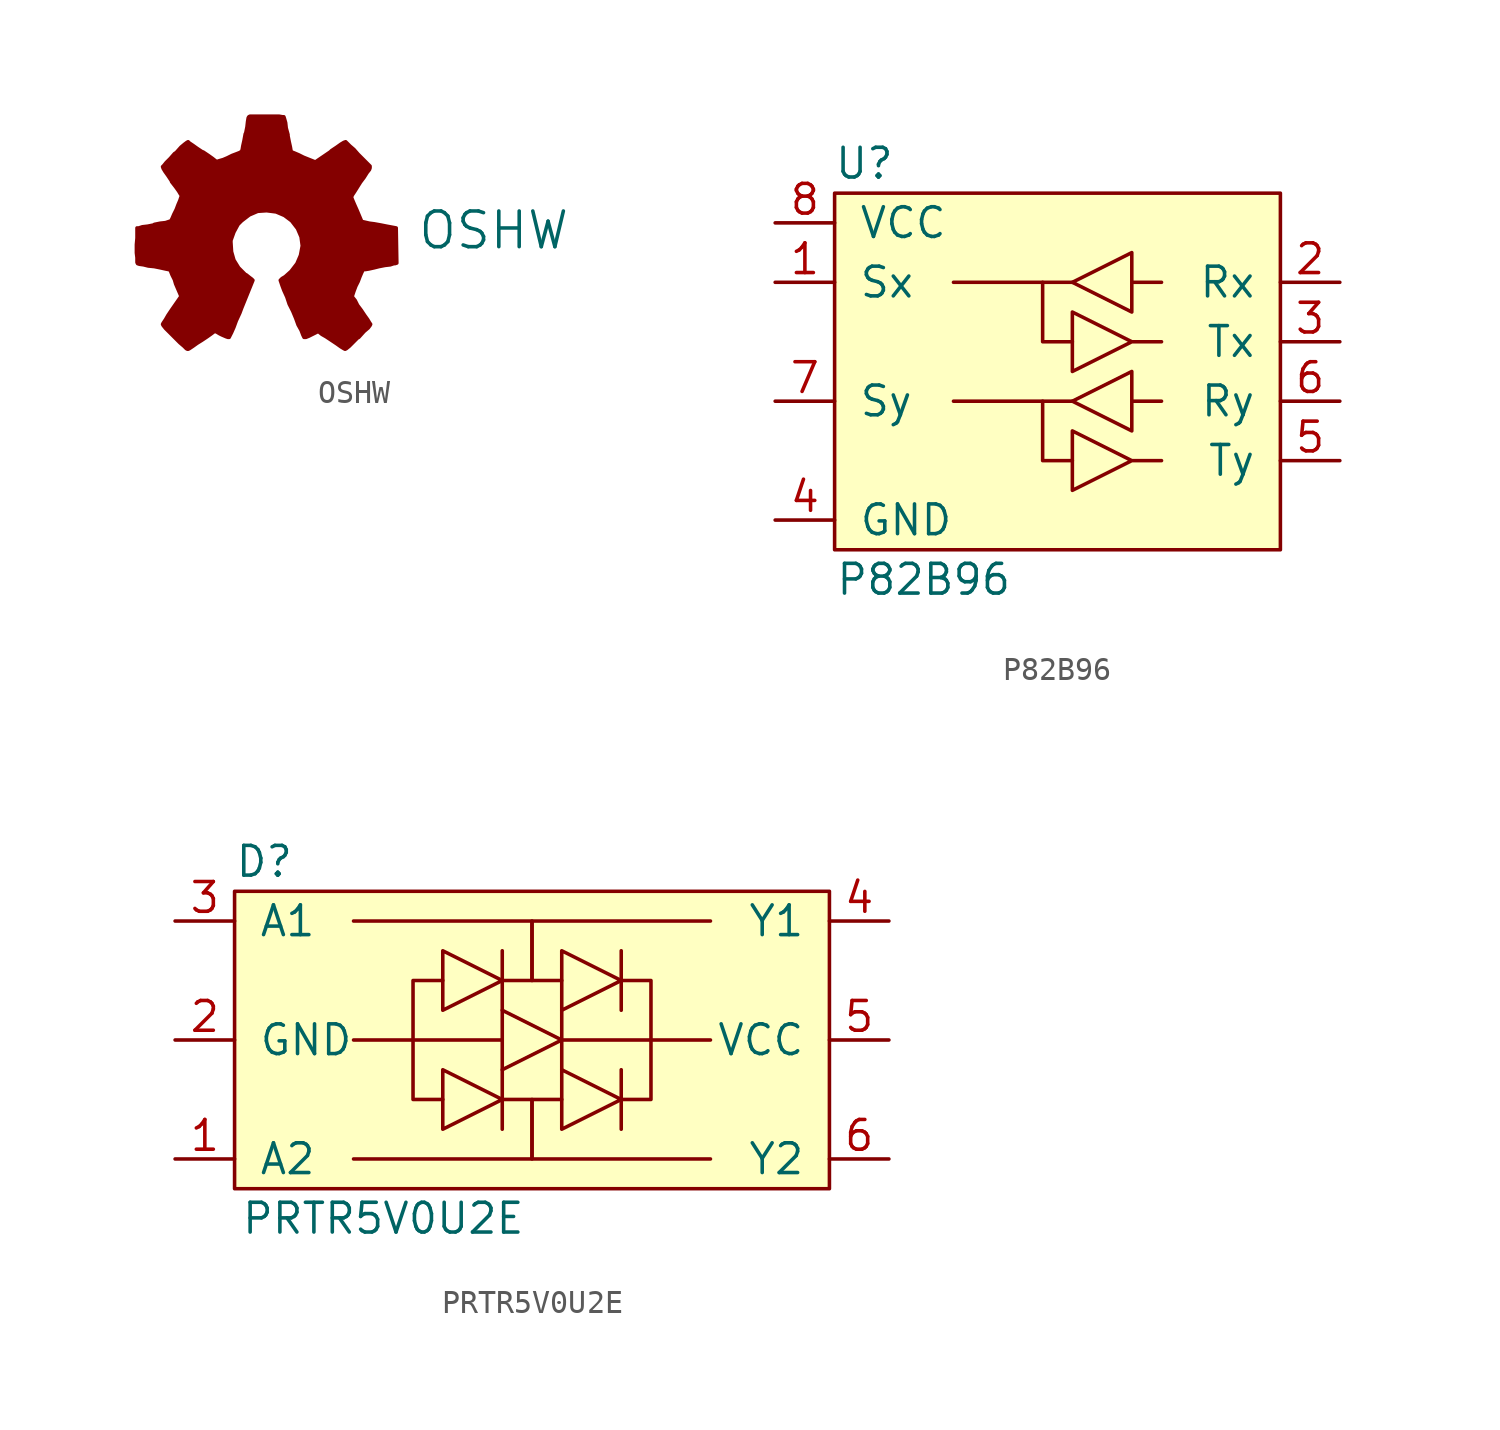
<source format=kicad_sym>
(kicad_symbol_lib
  (version 20211014)
  (generator kicad_symbol_editor)
  (symbol "OSHW"
    (pin_names
      (offset 1.016))
    (property "Reference" "G"
      (at 8.89 -1.27 0)
      (effects (font (size 1.524 1.524)) hide))
    (property "Value" "OSHW"
      (at 10.16 1.27 0)
      (effects (font (size 1.524 1.524))))
    (symbol "OSHW_0_1"
      (polyline (pts (xy 3.81 -3.81) (xy 3.759 -3.785) (xy 3.632 -3.708) (xy 3.454 -3.581) (xy 3.226 -3.429) (xy 2.997 -3.277) (xy 2.819 -3.175) (xy 2.692 -3.073) (xy 2.642 -3.048) (xy 2.616 -3.073) (xy 2.515 -3.124) (xy 2.362 -3.2) (xy 2.261 -3.251) (xy 2.134 -3.302) (xy 2.057 -3.302) (xy 2.057 -3.302) (xy 2.007 -3.2) (xy 1.93 -2.997) (xy 1.803 -2.769) (xy 1.702 -2.489) (xy 1.575 -2.184) (xy 1.422 -1.88) (xy 1.321 -1.575) (xy 1.194 -1.295) (xy 1.118 -1.092) (xy 1.067 -0.94) (xy 1.041 -0.864) (xy 1.041 -0.864) (xy 1.118 -0.787) (xy 1.245 -0.711) (xy 1.499 -0.483) (xy 1.753 -0.152) (xy 1.905 0.203) (xy 1.981 0.61) (xy 1.93 0.991) (xy 1.778 1.346) (xy 1.524 1.676) (xy 1.219 1.905) (xy 0.864 2.057) (xy 0.457 2.108) (xy 0.076 2.083) (xy -0.279 1.93) (xy -0.61 1.676) (xy -0.762 1.524) (xy -0.94 1.194) (xy -1.067 0.838) (xy -1.067 0.762) (xy -1.041 0.356) (xy -0.94 0) (xy -0.737 -0.33) (xy -0.457 -0.61) (xy -0.406 -0.635) (xy -0.279 -0.737) (xy -0.178 -0.813) (xy -0.127 -0.864) (xy -0.61 -2.057) (xy -0.686 -2.261) (xy -0.838 -2.591) (xy -0.94 -2.87) (xy -1.041 -3.099) (xy -1.118 -3.251) (xy -1.143 -3.302) (xy -1.143 -3.302) (xy -1.194 -3.302) (xy -1.27 -3.277) (xy -1.448 -3.2) (xy -1.549 -3.15) (xy -1.676 -3.073) (xy -1.753 -3.048) (xy -1.803 -3.073) (xy -1.905 -3.15) (xy -2.083 -3.277) (xy -2.311 -3.429) (xy -2.515 -3.556) (xy -2.692 -3.683) (xy -2.845 -3.785) (xy -2.896 -3.81) (xy -2.921 -3.81) (xy -2.972 -3.785) (xy -3.073 -3.683) (xy -3.251 -3.531) (xy -3.48 -3.302) (xy -3.505 -3.277) (xy -3.708 -3.073) (xy -3.861 -2.921) (xy -3.962 -2.794) (xy -3.988 -2.743) (xy -3.988 -2.743) (xy -3.962 -2.692) (xy -3.861 -2.54) (xy -3.759 -2.362) (xy -3.607 -2.134) (xy -3.2 -1.549) (xy -3.429 -1.016) (xy -3.48 -0.838) (xy -3.581 -0.635) (xy -3.632 -0.508) (xy -3.658 -0.432) (xy -3.734 -0.406) (xy -3.861 -0.381) (xy -4.089 -0.33) (xy -4.343 -0.279) (xy -4.597 -0.254) (xy -4.801 -0.203) (xy -4.978 -0.178) (xy -5.055 -0.152) (xy -5.055 -0.152) (xy -5.08 -0.102) (xy -5.08 -0.025) (xy -5.08 0.102) (xy -5.105 0.305) (xy -5.105 0.61) (xy -5.105 0.66) (xy -5.08 0.94) (xy -5.08 1.168) (xy -5.08 1.295) (xy -5.08 1.372) (xy -5.08 1.372) (xy -5.004 1.372) (xy -4.851 1.422) (xy -4.623 1.448) (xy -4.369 1.499) (xy -4.343 1.524) (xy -4.089 1.575) (xy -3.861 1.6) (xy -3.708 1.651) (xy -3.632 1.676) (xy -3.632 1.676) (xy -3.581 1.778) (xy -3.505 1.956) (xy -3.404 2.159) (xy -3.327 2.362) (xy -3.251 2.54) (xy -3.2 2.692) (xy -3.175 2.743) (xy -3.175 2.743) (xy -3.226 2.819) (xy -3.302 2.946) (xy -3.429 3.124) (xy -3.607 3.353) (xy -3.607 3.378) (xy -3.759 3.607) (xy -3.886 3.785) (xy -3.962 3.912) (xy -3.988 3.988) (xy -3.988 3.988) (xy -3.937 4.039) (xy -3.835 4.166) (xy -3.658 4.343) (xy -3.48 4.547) (xy -3.404 4.597) (xy -3.2 4.826) (xy -3.048 4.953) (xy -2.946 5.029) (xy -2.896 5.055) (xy -2.896 5.055) (xy -2.845 5.004) (xy -2.692 4.902) (xy -2.515 4.775) (xy -2.286 4.623) (xy -2.261 4.623) (xy -2.032 4.47) (xy -1.854 4.343) (xy -1.727 4.242) (xy -1.676 4.216) (xy -1.651 4.216) (xy -1.575 4.242) (xy -1.397 4.293) (xy -1.219 4.369) (xy -1.016 4.47) (xy -0.813 4.547) (xy -0.686 4.597) (xy -0.61 4.648) (xy -0.61 4.648) (xy -0.584 4.724) (xy -0.559 4.877) (xy -0.508 5.105) (xy -0.457 5.385) (xy -0.432 5.436) (xy -0.381 5.69) (xy -0.356 5.918) (xy -0.33 6.071) (xy -0.305 6.121) (xy -0.254 6.147) (xy -0.127 6.147) (xy 0.051 6.147) (xy 0.305 6.147) (xy 0.533 6.147) (xy 0.787 6.147) (xy 0.991 6.147) (xy 1.143 6.121) (xy 1.194 6.121) (xy 1.194 6.121) (xy 1.219 6.045) (xy 1.27 5.867) (xy 1.295 5.639) (xy 1.372 5.359) (xy 1.372 5.309) (xy 1.422 5.055) (xy 1.473 4.826) (xy 1.499 4.674) (xy 1.524 4.623) (xy 1.524 4.623) (xy 1.651 4.572) (xy 1.829 4.496) (xy 2.032 4.394) (xy 2.54 4.191) (xy 3.175 4.623) (xy 3.226 4.674) (xy 3.454 4.826) (xy 3.632 4.953) (xy 3.759 5.029) (xy 3.835 5.055) (xy 3.835 5.055) (xy 3.886 5.004) (xy 4.013 4.877) (xy 4.191 4.724) (xy 4.369 4.521) (xy 4.521 4.369) (xy 4.699 4.191) (xy 4.801 4.089) (xy 4.877 4.013) (xy 4.877 3.962) (xy 4.877 3.937) (xy 4.851 3.861) (xy 4.75 3.734) (xy 4.623 3.531) (xy 4.47 3.327) (xy 4.343 3.124) (xy 4.216 2.921) (xy 4.115 2.769) (xy 4.089 2.692) (xy 4.089 2.667) (xy 4.14 2.54) (xy 4.216 2.362) (xy 4.318 2.134) (xy 4.521 1.651) (xy 4.851 1.575) (xy 5.055 1.549) (xy 5.334 1.499) (xy 5.588 1.448) (xy 5.994 1.372) (xy 6.02 -0.127) (xy 5.944 -0.152) (xy 5.893 -0.152) (xy 5.74 -0.203) (xy 5.512 -0.229) (xy 5.258 -0.279) (xy 5.055 -0.33) (xy 4.826 -0.381) (xy 4.674 -0.406) (xy 4.597 -0.406) (xy 4.572 -0.432) (xy 4.521 -0.533) (xy 4.445 -0.711) (xy 4.369 -0.914) (xy 4.267 -1.118) (xy 4.191 -1.321) (xy 4.14 -1.473) (xy 4.115 -1.549) (xy 4.14 -1.6) (xy 4.242 -1.727) (xy 4.343 -1.93) (xy 4.496 -2.134) (xy 4.648 -2.362) (xy 4.775 -2.54) (xy 4.851 -2.667) (xy 4.902 -2.743) (xy 4.877 -2.794) (xy 4.801 -2.896) (xy 4.623 -3.048) (xy 4.394 -3.302) (xy 4.343 -3.327) (xy 4.14 -3.531) (xy 3.988 -3.683) (xy 3.861 -3.785) (xy 3.81 -3.81)) (stroke (width 0) (type default) (color 0 0 0 0)) (fill (type outline)))))
  (symbol "P82B96"
    (pin_names
      (offset 1.016))
    (property "Reference" "U"
      (at 3.81 5.08 0)
      (effects (font (size 1.27 1.27))))
    (property "Value" "P82B96"
      (at 6.35 -12.7 0)
      (effects (font (size 1.27 1.27))))
    (symbol "P82B96_0_1"
      (polyline (pts (xy 11.43 -5.08) (xy 7.62 -5.08)) (stroke (width 0) (type default) (color 0 0 0 0)) (fill (type none)))
      (polyline (pts (xy 11.43 0) (xy 7.62 0)) (stroke (width 0) (type default) (color 0 0 0 0)) (fill (type none)))
      (polyline (pts (xy 12.7 -7.62) (xy 11.43 -7.62) (xy 11.43 -5.08) (xy 12.7 -5.08)) (stroke (width 0) (type default) (color 0 0 0 0)) (fill (type none)))
      (polyline (pts (xy 12.7 0) (xy 11.43 0) (xy 11.43 -2.54) (xy 12.7 -2.54)) (stroke (width 0) (type default) (color 0 0 0 0)) (fill (type none)))
      (polyline (pts (xy 16.51 -7.62) (xy 15.24 -7.62) (xy 12.7 -6.35) (xy 12.7 -8.89) (xy 15.24 -7.62)) (stroke (width 0) (type default) (color 0 0 0 0)) (fill (type none)))
      (polyline (pts (xy 16.51 -2.54) (xy 15.24 -2.54) (xy 12.7 -1.27) (xy 12.7 -3.81) (xy 15.24 -2.54)) (stroke (width 0) (type default) (color 0 0 0 0)) (fill (type none)))
      (polyline (pts (xy 16.51 -5.08) (xy 15.24 -5.08) (xy 15.24 -3.81) (xy 12.7 -5.08) (xy 15.24 -6.35) (xy 15.24 -5.08)) (stroke (width 0) (type default) (color 0 0 0 0)) (fill (type none)))
      (polyline (pts (xy 16.51 0) (xy 15.24 0) (xy 15.24 1.27) (xy 12.7 0) (xy 15.24 -1.27) (xy 15.24 0)) (stroke (width 0) (type default) (color 0 0 0 0)) (fill (type none)))
      (rectangle (start 2.54 3.81) (end 21.59 -11.43) (stroke (width 0) (type default) (color 0 0 0 0)) (fill (type background))))
    (symbol "P82B96_1_1"
      (pin open_collector line (at 0 0 0) (length 2.54) (name "Sx" (effects (font (size 1.27 1.27)))) (number "1" (effects (font (size 1.27 1.27)))))
      (pin input line (at 24.13 0 180) (length 2.54) (name "Rx" (effects (font (size 1.27 1.27)))) (number "2" (effects (font (size 1.27 1.27)))))
      (pin output line (at 24.13 -2.54 180) (length 2.54) (name "Tx" (effects (font (size 1.27 1.27)))) (number "3" (effects (font (size 1.27 1.27)))))
      (pin power_in line (at 0 -10.16 0) (length 2.54) (name "GND" (effects (font (size 1.27 1.27)))) (number "4" (effects (font (size 1.27 1.27)))))
      (pin output line (at 24.13 -7.62 180) (length 2.54) (name "Ty" (effects (font (size 1.27 1.27)))) (number "5" (effects (font (size 1.27 1.27)))))
      (pin input line (at 24.13 -5.08 180) (length 2.54) (name "Ry" (effects (font (size 1.27 1.27)))) (number "6" (effects (font (size 1.27 1.27)))))
      (pin open_collector line (at 0 -5.08 0) (length 2.54) (name "Sy" (effects (font (size 1.27 1.27)))) (number "7" (effects (font (size 1.27 1.27)))))
      (pin power_in line (at 0 2.54 0) (length 2.54) (name "VCC" (effects (font (size 1.27 1.27)))) (number "8" (effects (font (size 1.27 1.27)))))))
  (symbol "PRTR5V0U2E"
    (pin_names
      (offset 1.016))
    (property "Reference" "D"
      (at -11.43 7.62 0)
      (effects (font (size 1.27 1.27))))
    (property "Value" "PRTR5V0U2E"
      (at -6.35 -7.62 0)
      (effects (font (size 1.27 1.27))))
    (symbol "PRTR5V0U2E_0_1"
      (polyline (pts (xy -1.27 0) (xy -7.62 0)) (stroke (width 0) (type default) (color 0 0 0 0)) (fill (type none)))
      (polyline (pts (xy 1.27 1.27) (xy 1.27 -1.27)) (stroke (width 0) (type default) (color 0 0 0 0)) (fill (type none)))
      (polyline (pts (xy 5.08 0) (xy 7.62 0)) (stroke (width 0) (type default) (color 0 0 0 0)) (fill (type none)))
      (polyline (pts (xy 5.08 0) (xy 5.08 -2.54) (xy 3.81 -2.54)) (stroke (width 0) (type default) (color 0 0 0 0)) (fill (type none)))
      (polyline (pts (xy -7.62 -5.08) (xy 0 -5.08) (xy 0 -2.54) (xy -1.27 -2.54)) (stroke (width 0) (type default) (color 0 0 0 0)) (fill (type none)))
      (polyline (pts (xy -7.62 5.08) (xy 0 5.08) (xy 0 2.54) (xy -1.27 2.54)) (stroke (width 0) (type default) (color 0 0 0 0)) (fill (type none)))
      (polyline (pts (xy -3.81 2.54) (xy -5.08 2.54) (xy -5.08 -2.54) (xy -3.81 -2.54)) (stroke (width 0) (type default) (color 0 0 0 0)) (fill (type none)))
      (polyline (pts (xy -1.27 -1.27) (xy 1.27 0) (xy -1.27 1.27) (xy -1.27 -1.27)) (stroke (width 0) (type default) (color 0 0 0 0)) (fill (type none)))
      (polyline (pts (xy 1.27 -2.54) (xy 0 -2.54) (xy 0 -5.08) (xy 7.62 -5.08)) (stroke (width 0) (type default) (color 0 0 0 0)) (fill (type none)))
      (polyline (pts (xy 3.81 2.54) (xy 5.08 2.54) (xy 5.08 0) (xy 1.27 0)) (stroke (width 0) (type default) (color 0 0 0 0)) (fill (type none)))
      (polyline (pts (xy 7.62 5.08) (xy 0 5.08) (xy 0 2.54) (xy 1.27 2.54)) (stroke (width 0) (type default) (color 0 0 0 0)) (fill (type none)))
      (rectangle (start 12.7 6.35) (end -12.7 -6.35) (stroke (width 0) (type default) (color 0 0 0 0)) (fill (type background))))
    (symbol "PRTR5V0U2E_1_1"
      (polyline (pts (xy -1.27 -1.27) (xy -1.27 -3.81)) (stroke (width 0) (type default) (color 0 0 0 0)) (fill (type none)))
      (polyline (pts (xy -1.27 3.81) (xy -1.27 1.27)) (stroke (width 0) (type default) (color 0 0 0 0)) (fill (type none)))
      (polyline (pts (xy 3.81 -1.27) (xy 3.81 -3.81)) (stroke (width 0) (type default) (color 0 0 0 0)) (fill (type none)))
      (polyline (pts (xy 3.81 3.81) (xy 3.81 1.27)) (stroke (width 0) (type default) (color 0 0 0 0)) (fill (type none)))
      (polyline (pts (xy -3.81 -3.81) (xy -1.27 -2.54) (xy -3.81 -1.27) (xy -3.81 -3.81)) (stroke (width 0) (type default) (color 0 0 0 0)) (fill (type none)))
      (polyline (pts (xy -3.81 1.27) (xy -1.27 2.54) (xy -3.81 3.81) (xy -3.81 1.27)) (stroke (width 0) (type default) (color 0 0 0 0)) (fill (type none)))
      (polyline (pts (xy 1.27 -3.81) (xy 3.81 -2.54) (xy 1.27 -1.27) (xy 1.27 -3.81)) (stroke (width 0) (type default) (color 0 0 0 0)) (fill (type none)))
      (polyline (pts (xy 1.27 1.27) (xy 3.81 2.54) (xy 1.27 3.81) (xy 1.27 1.27)) (stroke (width 0) (type default) (color 0 0 0 0)) (fill (type none)))
      (pin bidirectional line (at -15.24 -5.08 0) (length 2.54) (name "A2" (effects (font (size 1.27 1.27)))) (number "1" (effects (font (size 1.27 1.27)))))
      (pin power_in line (at -15.24 0 0) (length 2.54) (name "GND" (effects (font (size 1.27 1.27)))) (number "2" (effects (font (size 1.27 1.27)))))
      (pin bidirectional line (at -15.24 5.08 0) (length 2.54) (name "A1" (effects (font (size 1.27 1.27)))) (number "3" (effects (font (size 1.27 1.27)))))
      (pin bidirectional line (at 15.24 5.08 180) (length 2.54) (name "Y1" (effects (font (size 1.27 1.27)))) (number "4" (effects (font (size 1.27 1.27)))))
      (pin power_in line (at 15.24 0 180) (length 2.54) (name "VCC" (effects (font (size 1.27 1.27)))) (number "5" (effects (font (size 1.27 1.27)))))
      (pin bidirectional line (at 15.24 -5.08 180) (length 2.54) (name "Y2" (effects (font (size 1.27 1.27)))) (number "6" (effects (font (size 1.27 1.27))))))))
</source>
